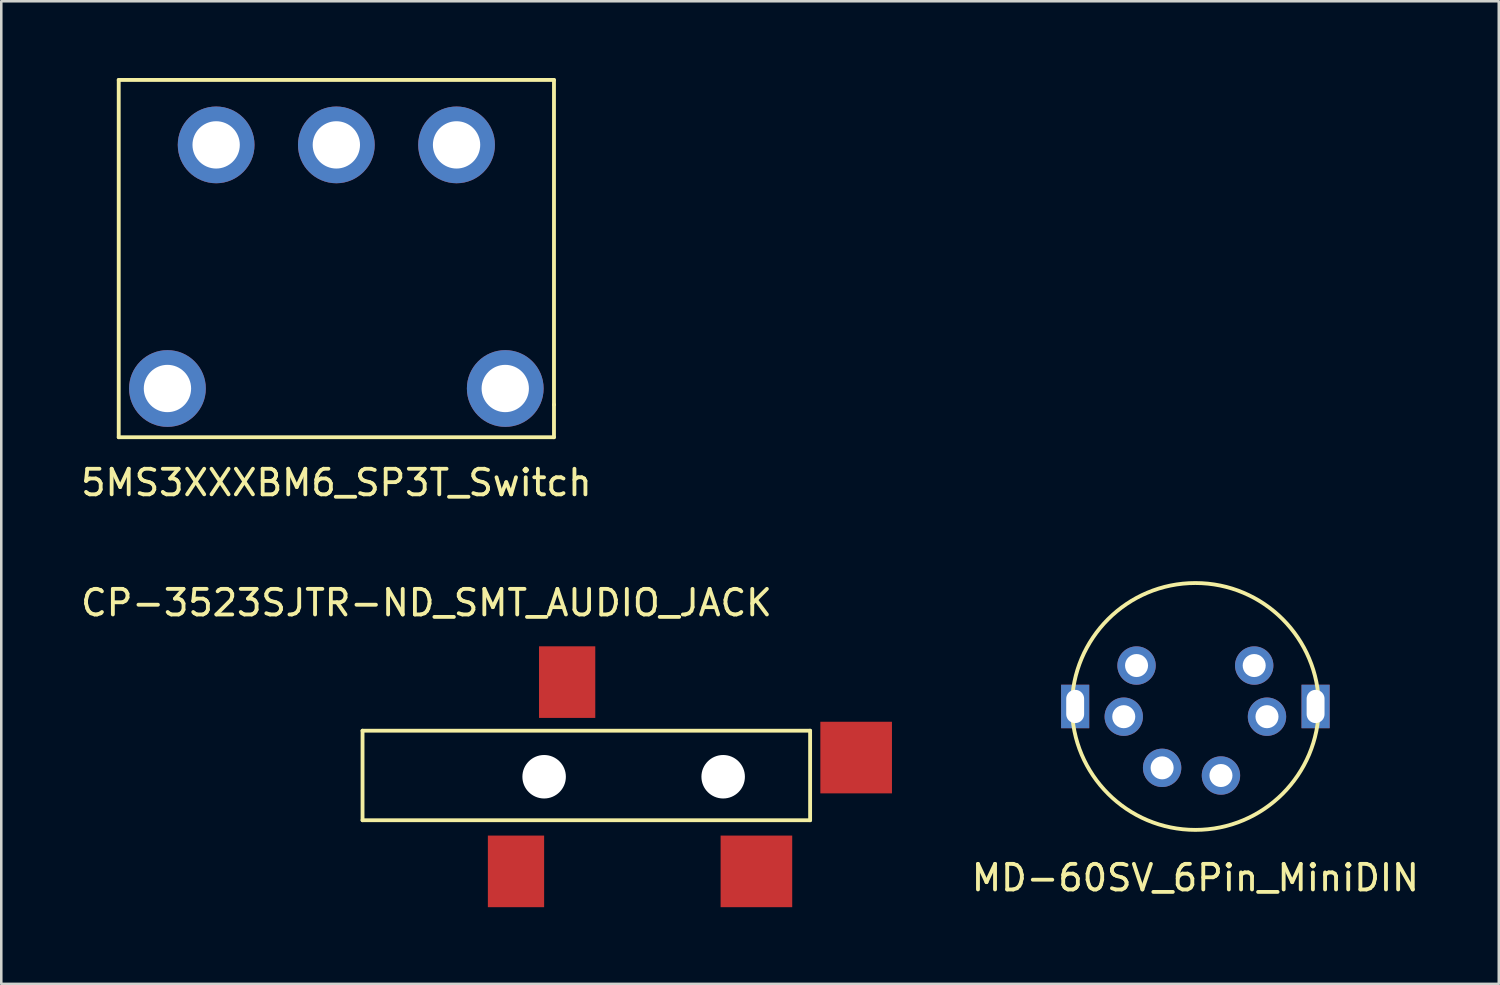
<source format=kicad_pcb>
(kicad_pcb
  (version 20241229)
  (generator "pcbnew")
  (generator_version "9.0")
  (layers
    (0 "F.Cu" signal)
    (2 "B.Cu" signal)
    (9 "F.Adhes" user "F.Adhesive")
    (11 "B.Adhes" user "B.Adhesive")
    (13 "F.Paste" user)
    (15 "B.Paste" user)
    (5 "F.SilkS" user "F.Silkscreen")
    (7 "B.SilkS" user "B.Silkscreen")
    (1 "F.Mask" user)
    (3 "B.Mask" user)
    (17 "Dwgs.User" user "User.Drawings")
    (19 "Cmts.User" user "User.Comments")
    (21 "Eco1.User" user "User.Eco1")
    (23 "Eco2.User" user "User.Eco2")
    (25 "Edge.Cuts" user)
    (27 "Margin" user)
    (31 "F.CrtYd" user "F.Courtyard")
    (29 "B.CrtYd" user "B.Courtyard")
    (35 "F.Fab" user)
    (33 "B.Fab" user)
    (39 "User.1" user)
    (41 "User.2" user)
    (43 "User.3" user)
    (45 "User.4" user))
  (footprint "CP-3523SJTR-ND_SMT_AUDIO_JACK"
    (layer "F.Cu")
    (at 17.125 31.02)
    (property "Reference" "CP-3523SJTR-ND_SMT_AUDIO_JACK" (at -3.5 -10.5 0) (layer "F.SilkS") (effects (font (size 1 1) (thickness 0.15))))
    (attr through_hole)
    (fp_line (start -6 -5.5) (end -6 -2) (stroke (width 0.15) (type solid)) (layer "F.SilkS"))
    (fp_line (start -6 -2) (end 11.5 -2) (stroke (width 0.15) (type solid)) (layer "F.SilkS"))
    (fp_line (start 11.5 -5.5) (end -6 -5.5) (stroke (width 0.15) (type solid)) (layer "F.SilkS"))
    (fp_line (start 11.5 -2) (end 11.5 -5.5) (stroke (width 0.15) (type solid)) (layer "F.SilkS"))
    (pad "" np_thru_hole circle (at 1.1 -3.7) (size 1.7 1.7) (drill 1.7) (layers "*.Cu" "*.Mask"))
    (pad "" np_thru_hole circle (at 8.1 -3.7) (size 1.7 1.7) (drill 1.7) (layers "*.Cu" "*.Mask"))
    (pad "1" smd rect (at 0 0) (size 2.2 2.8) (layers "F.Cu" "F.Mask" "F.Paste"))
    (pad "2" smd rect (at 9.4 0) (size 2.8 2.8) (layers "F.Cu" "F.Mask" "F.Paste"))
    (pad "3" smd rect (at 2 -7.4) (size 2.2 2.8) (layers "F.Cu" "F.Mask" "F.Paste"))
    (pad "4" smd rect (at 13.3 -4.45) (size 2.8 2.8) (layers "F.Cu" "F.Mask" "F.Paste")))
  (footprint "MD-60SV_6Pin_MiniDIN"
    (layer "F.Cu")
    (at 43.688 27.272)
    (property "Reference" "MD-60SV_6Pin_MiniDIN" (at 0 4 0) (layer "F.SilkS") (effects (font (size 1 1) (thickness 0.15))))
    (attr through_hole)
    (fp_circle (center 0 -2.7) (end 4 0) (stroke (width 0.15) (type solid)) (fill no) (layer "F.SilkS"))
    (pad "1" thru_hole circle (at 1 0) (size 1.5 1.5) (drill 0.9) (layers "*.Cu" "*.Mask"))
    (pad "2" thru_hole circle (at -1.3 -0.3) (size 1.5 1.5) (drill 0.9) (layers "*.Cu" "*.Mask"))
    (pad "3" thru_hole circle (at 2.8 -2.3) (size 1.5 1.5) (drill 0.9) (layers "*.Cu" "*.Mask"))
    (pad "4" thru_hole circle (at -2.8 -2.3) (size 1.5 1.5) (drill 0.9) (layers "*.Cu" "*.Mask"))
    (pad "5" thru_hole circle (at 2.3 -4.3) (size 1.5 1.5) (drill 0.9) (layers "*.Cu" "*.Mask"))
    (pad "6" thru_hole circle (at -2.3 -4.3) (size 1.5 1.5) (drill 0.9) (layers "*.Cu" "*.Mask"))
    (pad "7" thru_hole rect (at -4.7 -2.7) (size 1.1 1.7) (drill oval 0.7 1.3) (layers "*.Cu" "*.Mask"))
    (pad "7" thru_hole rect (at 4.7 -2.7) (size 1.1 1.7) (drill oval 0.7 1.3) (layers "*.Cu" "*.Mask")))
  (footprint "5MS3XXXBM6_SP3T_Switch"
    (layer "F.Cu")
    (at 10.101 2.615)
    (property "Reference" "5MS3XXXBM6_SP3T_Switch" (at 0 13.208 0) (layer "F.SilkS") (effects (font (size 1 1) (thickness 0.15))))
    (attr through_hole)
    (fp_line (start -8.509 -2.54) (end 8.509 -2.54) (stroke (width 0.15) (type solid)) (layer "F.SilkS"))
    (fp_line (start -8.509 11.43) (end -8.509 -2.54) (stroke (width 0.15) (type solid)) (layer "F.SilkS"))
    (fp_line (start -8.509 11.43) (end 8.509 11.43) (stroke (width 0.15) (type solid)) (layer "F.SilkS"))
    (fp_line (start 8.509 -2.54) (end 8.509 10.16) (stroke (width 0.15) (type solid)) (layer "F.SilkS"))
    (fp_line (start 8.509 10.16) (end 8.509 11.43) (stroke (width 0.15) (type solid)) (layer "F.SilkS"))
    (pad "1" thru_hole circle (at 4.7 0) (size 3 3) (drill 1.85) (layers "*.Cu" "*.Mask"))
    (pad "2" thru_hole circle (at 0 0) (size 3 3) (drill 1.85) (layers "*.Cu" "*.Mask"))
    (pad "3" thru_hole circle (at -4.7 0) (size 3 3) (drill 1.85) (layers "*.Cu" "*.Mask"))
    (pad "4" thru_hole circle (at 6.604 9.525) (size 3 3) (drill 1.85) (layers "*.Cu" "*.Mask"))
    (pad "5" thru_hole circle (at -6.604 9.525) (size 3 3) (drill 1.85) (layers "*.Cu" "*.Mask")))
  (gr_rect
    (start -3 -3)
    (end 55.551 35.419)
    (stroke (width 0.1) (type default))
    (fill no)
    (layer "Edge.Cuts")))
</source>
